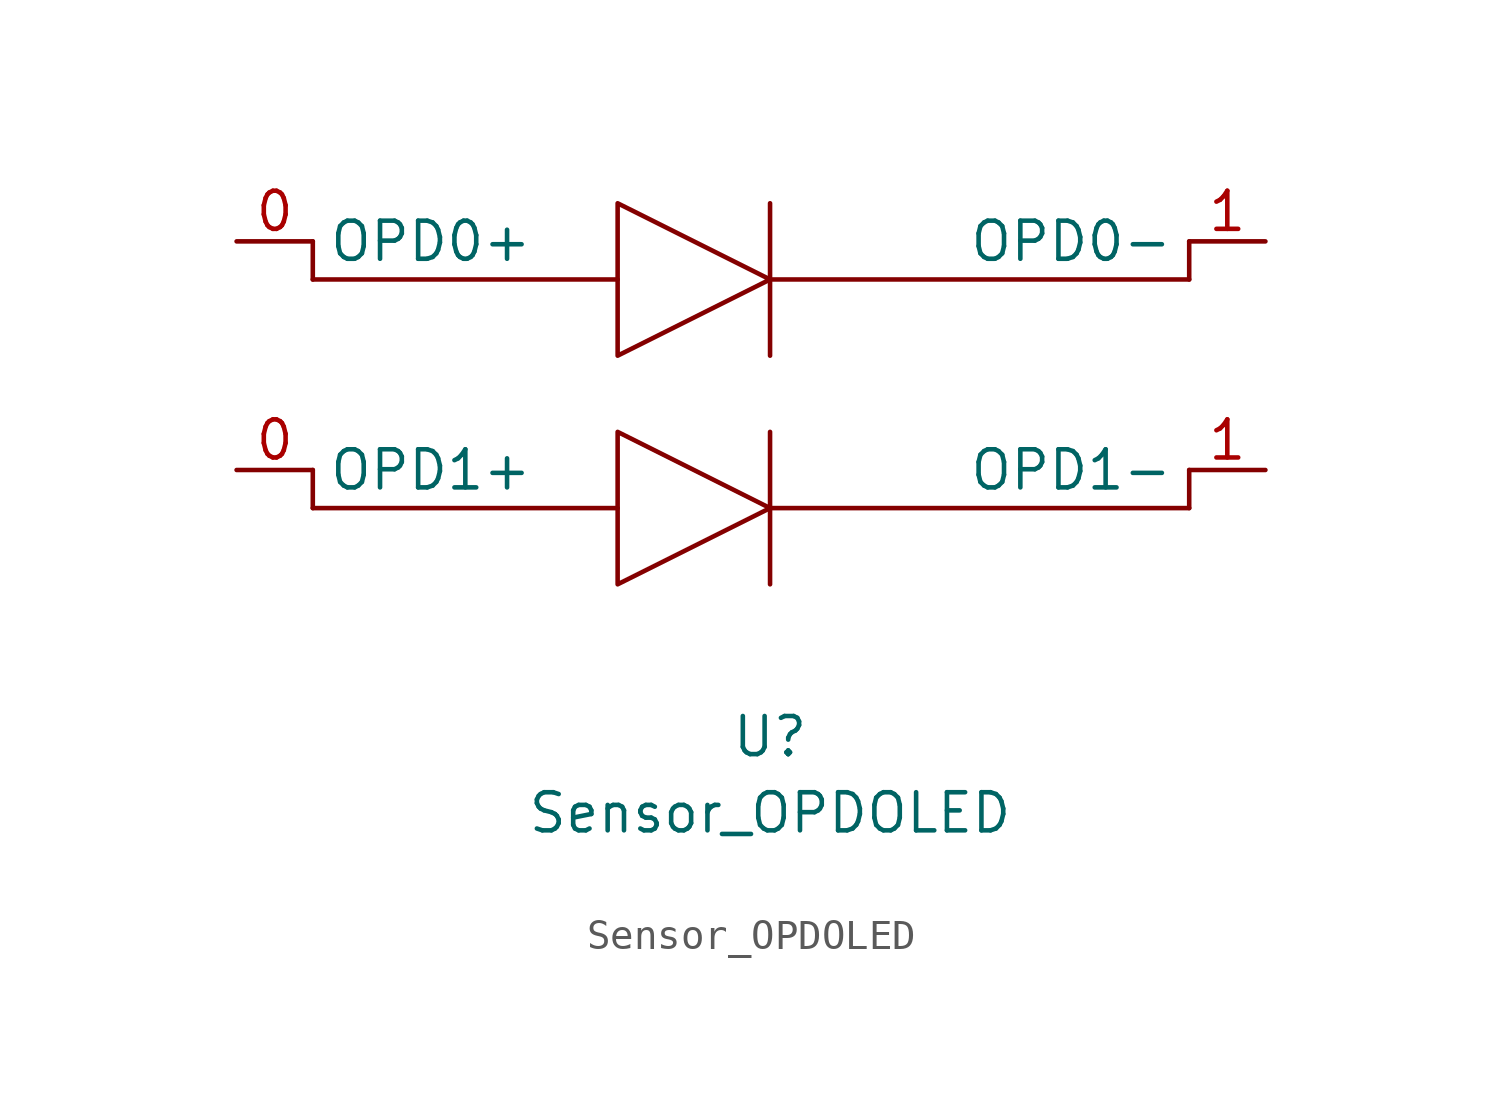
<source format=kicad_sym>
(kicad_symbol_lib
  (version 20211014)
  (generator kicad_symbol_editor)
  (symbol "Sensor_OPDOLED"
    (property "Reference" "U"
      (at 0 0 0)
      (effects (font (size 1.27 1.27))))
    (property "Value" "Sensor_OPDOLED"
      (at 0 -2.54 0)
      (effects (font (size 1.27 1.27))))
    (symbol "Sensor_OPDOLED_0_1"
      (polyline (pts (xy -15.24 8.89) (xy -15.24 7.62)) (stroke (width 0) (type default) (color 0 0 0 0)) (fill (type none)))
      (polyline (pts (xy -15.24 16.51) (xy -15.24 15.24)) (stroke (width 0) (type default) (color 0 0 0 0)) (fill (type none)))
      (polyline (pts (xy -5.08 7.62) (xy -15.24 7.62)) (stroke (width 0) (type default) (color 0 0 0 0)) (fill (type none)))
      (polyline (pts (xy -5.08 15.24) (xy -15.24 15.24)) (stroke (width 0) (type default) (color 0 0 0 0)) (fill (type none)))
      (polyline (pts (xy 0 7.62) (xy 13.97 7.62)) (stroke (width 0) (type default) (color 0 0 0 0)) (fill (type none)))
      (polyline (pts (xy 0 10.16) (xy 0 5.08)) (stroke (width 0) (type default) (color 0 0 0 0)) (fill (type none)))
      (polyline (pts (xy 0 15.24) (xy 13.97 15.24)) (stroke (width 0) (type default) (color 0 0 0 0)) (fill (type none)))
      (polyline (pts (xy 0 17.78) (xy 0 12.7)) (stroke (width 0) (type default) (color 0 0 0 0)) (fill (type none)))
      (polyline (pts (xy 13.97 8.89) (xy 13.97 7.62)) (stroke (width 0) (type default) (color 0 0 0 0)) (fill (type none)))
      (polyline (pts (xy 13.97 16.51) (xy 13.97 15.24)) (stroke (width 0) (type default) (color 0 0 0 0)) (fill (type none)))
      (polyline (pts (xy -5.08 10.16) (xy -5.08 5.08) (xy 0 7.62) (xy -5.08 10.16)) (stroke (width 0) (type default) (color 0 0 0 0)) (fill (type none)))
      (polyline (pts (xy -5.08 17.78) (xy -5.08 12.7) (xy 0 15.24) (xy -5.08 17.78)) (stroke (width 0) (type default) (color 0 0 0 0)) (fill (type none))))
    (symbol "Sensor_OPDOLED_1_1"
      (pin input line (at -17.78 16.51 0) (length 2.54) (name "OPD0+" (effects (font (size 1.27 1.27)))) (number "0" (effects (font (size 1.27 1.27)))))
      (pin input line (at -17.78 8.89 0) (length 2.54) (name "OPD1+" (effects (font (size 1.27 1.27)))) (number "0" (effects (font (size 1.27 1.27)))))
      (pin input line (at 16.51 16.51 180) (length 2.54) (name "OPD0-" (effects (font (size 1.27 1.27)))) (number "1" (effects (font (size 1.27 1.27)))))
      (pin input line (at 16.51 8.89 180) (length 2.54) (name "OPD1-" (effects (font (size 1.27 1.27)))) (number "1" (effects (font (size 1.27 1.27))))))))
</source>
